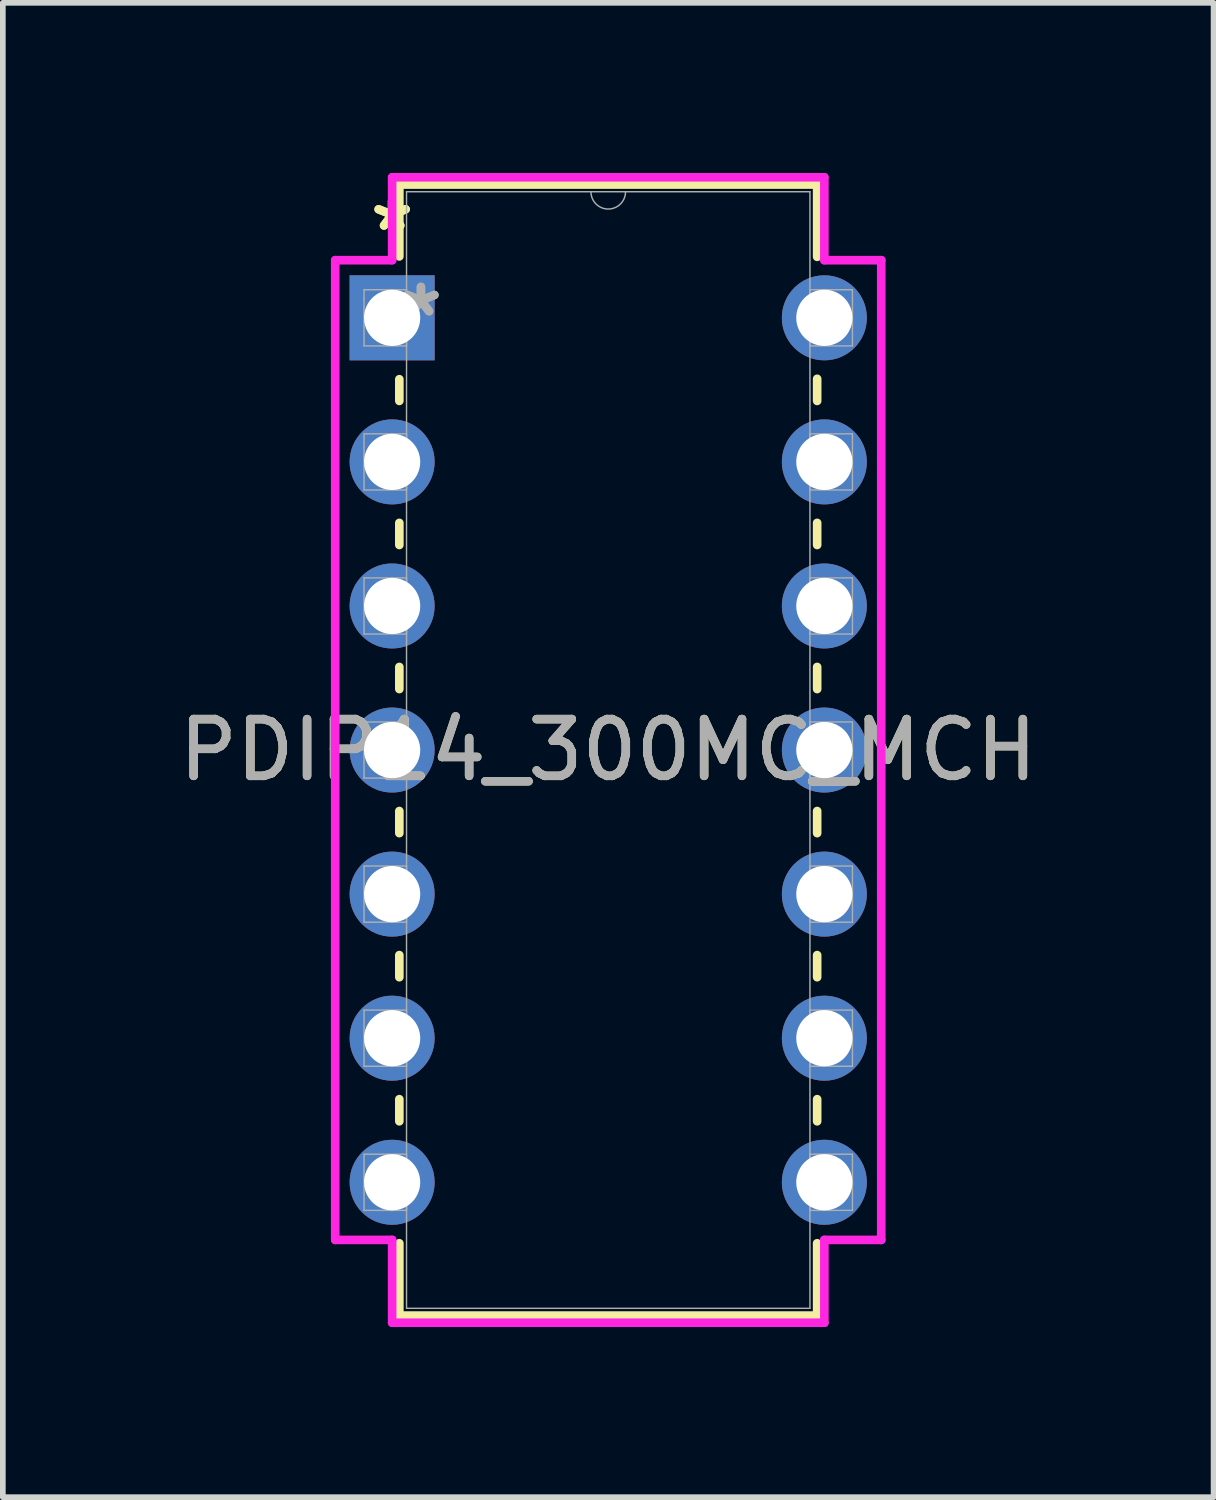
<source format=kicad_pcb>
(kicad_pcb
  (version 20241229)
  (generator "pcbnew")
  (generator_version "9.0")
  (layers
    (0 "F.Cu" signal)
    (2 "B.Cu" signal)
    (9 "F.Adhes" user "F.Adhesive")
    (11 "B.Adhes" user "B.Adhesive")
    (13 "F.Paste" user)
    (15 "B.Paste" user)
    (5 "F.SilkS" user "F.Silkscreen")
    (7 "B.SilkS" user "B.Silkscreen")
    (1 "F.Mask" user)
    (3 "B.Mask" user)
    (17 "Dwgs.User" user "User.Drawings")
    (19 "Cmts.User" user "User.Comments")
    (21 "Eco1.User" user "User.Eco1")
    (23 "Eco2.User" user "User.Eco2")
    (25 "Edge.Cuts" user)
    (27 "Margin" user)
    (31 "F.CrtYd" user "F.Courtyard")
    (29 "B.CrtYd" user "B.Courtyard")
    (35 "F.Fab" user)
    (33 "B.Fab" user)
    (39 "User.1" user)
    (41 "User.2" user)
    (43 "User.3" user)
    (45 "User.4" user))
  (footprint "PDIP14_300MC_MCH"
    (layer "F.Cu")
    (at 3.863 2.553)
    (property "Reference" "PDIP14_300MC_MCH" (at 3.81 7.62 0) (unlocked yes) (layer "F.SilkS") (effects (font (size 1 1) (thickness 0.15))))
    (attr through_hole)
    (fp_line (start 0.127 -2.349) (end 0.127 -1.082) (stroke (width 0.152) (type solid)) (layer "F.SilkS"))
    (fp_line (start 0.127 1.082) (end 0.127 1.465) (stroke (width 0.152) (type solid)) (layer "F.SilkS"))
    (fp_line (start 0.127 3.615) (end 0.127 4.005) (stroke (width 0.152) (type solid)) (layer "F.SilkS"))
    (fp_line (start 0.127 6.155) (end 0.127 6.545) (stroke (width 0.152) (type solid)) (layer "F.SilkS"))
    (fp_line (start 0.127 8.695) (end 0.127 9.085) (stroke (width 0.152) (type solid)) (layer "F.SilkS"))
    (fp_line (start 0.127 11.235) (end 0.127 11.625) (stroke (width 0.152) (type solid)) (layer "F.SilkS"))
    (fp_line (start 0.127 13.775) (end 0.127 14.165) (stroke (width 0.152) (type solid)) (layer "F.SilkS"))
    (fp_line (start 0.127 16.315) (end 0.127 17.59) (stroke (width 0.152) (type solid)) (layer "F.SilkS"))
    (fp_line (start 0.127 17.59) (end 7.493 17.59) (stroke (width 0.152) (type solid)) (layer "F.SilkS"))
    (fp_line (start 7.493 -2.349) (end 0.127 -2.349) (stroke (width 0.152) (type solid)) (layer "F.SilkS"))
    (fp_line (start 7.493 -1.075) (end 7.493 -2.349) (stroke (width 0.152) (type solid)) (layer "F.SilkS"))
    (fp_line (start 7.493 1.465) (end 7.493 1.075) (stroke (width 0.152) (type solid)) (layer "F.SilkS"))
    (fp_line (start 7.493 4.005) (end 7.493 3.615) (stroke (width 0.152) (type solid)) (layer "F.SilkS"))
    (fp_line (start 7.493 6.545) (end 7.493 6.155) (stroke (width 0.152) (type solid)) (layer "F.SilkS"))
    (fp_line (start 7.493 9.085) (end 7.493 8.695) (stroke (width 0.152) (type solid)) (layer "F.SilkS"))
    (fp_line (start 7.493 11.625) (end 7.493 11.235) (stroke (width 0.152) (type solid)) (layer "F.SilkS"))
    (fp_line (start 7.493 14.165) (end 7.493 13.775) (stroke (width 0.152) (type solid)) (layer "F.SilkS"))
    (fp_line (start 7.493 17.59) (end 7.493 16.315) (stroke (width 0.152) (type solid)) (layer "F.SilkS"))
    (fp_line (start -1.003 -1.016) (end 0 -1.016) (stroke (width 0.152) (type solid)) (layer "F.CrtYd"))
    (fp_line (start -1.003 16.256) (end -1.003 -1.016) (stroke (width 0.152) (type solid)) (layer "F.CrtYd"))
    (fp_line (start 0 -2.477) (end 7.62 -2.477) (stroke (width 0.152) (type solid)) (layer "F.CrtYd"))
    (fp_line (start 0 -1.016) (end 0 -2.477) (stroke (width 0.152) (type solid)) (layer "F.CrtYd"))
    (fp_line (start 0 16.256) (end -1.003 16.256) (stroke (width 0.152) (type solid)) (layer "F.CrtYd"))
    (fp_line (start 0 17.716) (end 0 16.256) (stroke (width 0.152) (type solid)) (layer "F.CrtYd"))
    (fp_line (start 7.62 -2.477) (end 7.62 -1.016) (stroke (width 0.152) (type solid)) (layer "F.CrtYd"))
    (fp_line (start 7.62 16.256) (end 7.62 17.716) (stroke (width 0.152) (type solid)) (layer "F.CrtYd"))
    (fp_line (start 7.62 17.716) (end 0 17.716) (stroke (width 0.152) (type solid)) (layer "F.CrtYd"))
    (fp_line (start 8.623 -1.016) (end 7.62 -1.016) (stroke (width 0.152) (type solid)) (layer "F.CrtYd"))
    (fp_line (start 8.623 -1.016) (end 8.623 16.256) (stroke (width 0.152) (type solid)) (layer "F.CrtYd"))
    (fp_line (start 8.623 16.256) (end 7.62 16.256) (stroke (width 0.152) (type solid)) (layer "F.CrtYd"))
    (fp_line (start -0.495 -0.495) (end -0.495 0.495) (stroke (width 0.025) (type solid)) (layer "F.Fab"))
    (fp_line (start -0.495 0.495) (end 0.254 0.495) (stroke (width 0.025) (type solid)) (layer "F.Fab"))
    (fp_line (start -0.495 2.045) (end -0.495 3.035) (stroke (width 0.025) (type solid)) (layer "F.Fab"))
    (fp_line (start -0.495 3.035) (end 0.254 3.035) (stroke (width 0.025) (type solid)) (layer "F.Fab"))
    (fp_line (start -0.495 4.585) (end -0.495 5.575) (stroke (width 0.025) (type solid)) (layer "F.Fab"))
    (fp_line (start -0.495 5.575) (end 0.254 5.575) (stroke (width 0.025) (type solid)) (layer "F.Fab"))
    (fp_line (start -0.495 7.125) (end -0.495 8.115) (stroke (width 0.025) (type solid)) (layer "F.Fab"))
    (fp_line (start -0.495 8.115) (end 0.254 8.115) (stroke (width 0.025) (type solid)) (layer "F.Fab"))
    (fp_line (start -0.495 9.665) (end -0.495 10.655) (stroke (width 0.025) (type solid)) (layer "F.Fab"))
    (fp_line (start -0.495 10.655) (end 0.254 10.655) (stroke (width 0.025) (type solid)) (layer "F.Fab"))
    (fp_line (start -0.495 12.205) (end -0.495 13.195) (stroke (width 0.025) (type solid)) (layer "F.Fab"))
    (fp_line (start -0.495 13.195) (end 0.254 13.195) (stroke (width 0.025) (type solid)) (layer "F.Fab"))
    (fp_line (start -0.495 14.745) (end -0.495 15.735) (stroke (width 0.025) (type solid)) (layer "F.Fab"))
    (fp_line (start -0.495 15.735) (end 0.254 15.735) (stroke (width 0.025) (type solid)) (layer "F.Fab"))
    (fp_line (start 0.254 -2.223) (end 0.254 17.462) (stroke (width 0.025) (type solid)) (layer "F.Fab"))
    (fp_line (start 0.254 -0.495) (end -0.495 -0.495) (stroke (width 0.025) (type solid)) (layer "F.Fab"))
    (fp_line (start 0.254 0.495) (end 0.254 -0.495) (stroke (width 0.025) (type solid)) (layer "F.Fab"))
    (fp_line (start 0.254 2.045) (end -0.495 2.045) (stroke (width 0.025) (type solid)) (layer "F.Fab"))
    (fp_line (start 0.254 3.035) (end 0.254 2.045) (stroke (width 0.025) (type solid)) (layer "F.Fab"))
    (fp_line (start 0.254 4.585) (end -0.495 4.585) (stroke (width 0.025) (type solid)) (layer "F.Fab"))
    (fp_line (start 0.254 5.575) (end 0.254 4.585) (stroke (width 0.025) (type solid)) (layer "F.Fab"))
    (fp_line (start 0.254 7.125) (end -0.495 7.125) (stroke (width 0.025) (type solid)) (layer "F.Fab"))
    (fp_line (start 0.254 8.115) (end 0.254 7.125) (stroke (width 0.025) (type solid)) (layer "F.Fab"))
    (fp_line (start 0.254 9.665) (end -0.495 9.665) (stroke (width 0.025) (type solid)) (layer "F.Fab"))
    (fp_line (start 0.254 10.655) (end 0.254 9.665) (stroke (width 0.025) (type solid)) (layer "F.Fab"))
    (fp_line (start 0.254 12.205) (end -0.495 12.205) (stroke (width 0.025) (type solid)) (layer "F.Fab"))
    (fp_line (start 0.254 13.195) (end 0.254 12.205) (stroke (width 0.025) (type solid)) (layer "F.Fab"))
    (fp_line (start 0.254 14.745) (end -0.495 14.745) (stroke (width 0.025) (type solid)) (layer "F.Fab"))
    (fp_line (start 0.254 15.735) (end 0.254 14.745) (stroke (width 0.025) (type solid)) (layer "F.Fab"))
    (fp_line (start 0.254 17.462) (end 7.366 17.462) (stroke (width 0.025) (type solid)) (layer "F.Fab"))
    (fp_line (start 7.366 -2.223) (end 0.254 -2.223) (stroke (width 0.025) (type solid)) (layer "F.Fab"))
    (fp_line (start 7.366 -0.495) (end 7.366 0.495) (stroke (width 0.025) (type solid)) (layer "F.Fab"))
    (fp_line (start 7.366 0.495) (end 8.115 0.495) (stroke (width 0.025) (type solid)) (layer "F.Fab"))
    (fp_line (start 7.366 2.045) (end 7.366 3.035) (stroke (width 0.025) (type solid)) (layer "F.Fab"))
    (fp_line (start 7.366 3.035) (end 8.115 3.035) (stroke (width 0.025) (type solid)) (layer "F.Fab"))
    (fp_line (start 7.366 4.585) (end 7.366 5.575) (stroke (width 0.025) (type solid)) (layer "F.Fab"))
    (fp_line (start 7.366 5.575) (end 8.115 5.575) (stroke (width 0.025) (type solid)) (layer "F.Fab"))
    (fp_line (start 7.366 7.125) (end 7.366 8.115) (stroke (width 0.025) (type solid)) (layer "F.Fab"))
    (fp_line (start 7.366 8.115) (end 8.115 8.115) (stroke (width 0.025) (type solid)) (layer "F.Fab"))
    (fp_line (start 7.366 9.665) (end 7.366 10.655) (stroke (width 0.025) (type solid)) (layer "F.Fab"))
    (fp_line (start 7.366 10.655) (end 8.115 10.655) (stroke (width 0.025) (type solid)) (layer "F.Fab"))
    (fp_line (start 7.366 12.205) (end 7.366 13.195) (stroke (width 0.025) (type solid)) (layer "F.Fab"))
    (fp_line (start 7.366 13.195) (end 8.115 13.195) (stroke (width 0.025) (type solid)) (layer "F.Fab"))
    (fp_line (start 7.366 14.745) (end 7.366 15.735) (stroke (width 0.025) (type solid)) (layer "F.Fab"))
    (fp_line (start 7.366 15.735) (end 8.115 15.735) (stroke (width 0.025) (type solid)) (layer "F.Fab"))
    (fp_line (start 7.366 17.462) (end 7.366 -2.223) (stroke (width 0.025) (type solid)) (layer "F.Fab"))
    (fp_line (start 8.115 -0.495) (end 7.366 -0.495) (stroke (width 0.025) (type solid)) (layer "F.Fab"))
    (fp_line (start 8.115 0.495) (end 8.115 -0.495) (stroke (width 0.025) (type solid)) (layer "F.Fab"))
    (fp_line (start 8.115 2.045) (end 7.366 2.045) (stroke (width 0.025) (type solid)) (layer "F.Fab"))
    (fp_line (start 8.115 3.035) (end 8.115 2.045) (stroke (width 0.025) (type solid)) (layer "F.Fab"))
    (fp_line (start 8.115 4.585) (end 7.366 4.585) (stroke (width 0.025) (type solid)) (layer "F.Fab"))
    (fp_line (start 8.115 5.575) (end 8.115 4.585) (stroke (width 0.025) (type solid)) (layer "F.Fab"))
    (fp_line (start 8.115 7.125) (end 7.366 7.125) (stroke (width 0.025) (type solid)) (layer "F.Fab"))
    (fp_line (start 8.115 8.115) (end 8.115 7.125) (stroke (width 0.025) (type solid)) (layer "F.Fab"))
    (fp_line (start 8.115 9.665) (end 7.366 9.665) (stroke (width 0.025) (type solid)) (layer "F.Fab"))
    (fp_line (start 8.115 10.655) (end 8.115 9.665) (stroke (width 0.025) (type solid)) (layer "F.Fab"))
    (fp_line (start 8.115 12.205) (end 7.366 12.205) (stroke (width 0.025) (type solid)) (layer "F.Fab"))
    (fp_line (start 8.115 13.195) (end 8.115 12.205) (stroke (width 0.025) (type solid)) (layer "F.Fab"))
    (fp_line (start 8.115 14.745) (end 7.366 14.745) (stroke (width 0.025) (type solid)) (layer "F.Fab"))
    (fp_line (start 8.115 15.735) (end 8.115 14.745) (stroke (width 0.025) (type solid)) (layer "F.Fab"))
    (fp_arc (start 4.1148 -2.2225) (mid 3.81 -1.9177) (end 3.5052 -2.2225) (stroke (width 0.0254) (type solid)) (layer "F.Fab"))
    (fp_text user "*" (at 0 -1.511 0) (unlocked yes) (layer "F.SilkS") (effects (font (size 1 1) (thickness 0.15))))
    (fp_text user "*" (at 0 -1.511 0) (layer "F.SilkS") (effects (font (size 1 1) (thickness 0.15))))
    (fp_text user "${REFERENCE}" (at 3.81 7.62 0) (unlocked yes) (layer "F.Fab") (effects (font (size 1 1) (thickness 0.15))))
    (fp_text user "*" (at 0.508 0 0) (layer "F.Fab") (effects (font (size 1 1) (thickness 0.15))))
    (fp_text user "*" (at 0.508 0 0) (unlocked yes) (layer "F.Fab") (effects (font (size 1 1) (thickness 0.15))))
    (pad "1" thru_hole rect (at 0 0) (size 1.499 1.499) (drill 0.991) (layers "*.Cu" "*.Mask"))
    (pad "2" thru_hole circle (at 0 2.54) (size 1.499 1.499) (drill 0.991) (layers "*.Cu" "*.Mask"))
    (pad "3" thru_hole circle (at 0 5.08) (size 1.499 1.499) (drill 0.991) (layers "*.Cu" "*.Mask"))
    (pad "4" thru_hole circle (at 0 7.62) (size 1.499 1.499) (drill 0.991) (layers "*.Cu" "*.Mask"))
    (pad "5" thru_hole circle (at 0 10.16) (size 1.499 1.499) (drill 0.991) (layers "*.Cu" "*.Mask"))
    (pad "6" thru_hole circle (at 0 12.7) (size 1.499 1.499) (drill 0.991) (layers "*.Cu" "*.Mask"))
    (pad "7" thru_hole circle (at 0 15.24) (size 1.499 1.499) (drill 0.991) (layers "*.Cu" "*.Mask"))
    (pad "8" thru_hole circle (at 7.62 15.24) (size 1.499 1.499) (drill 0.991) (layers "*.Cu" "*.Mask"))
    (pad "9" thru_hole circle (at 7.62 12.7) (size 1.499 1.499) (drill 0.991) (layers "*.Cu" "*.Mask"))
    (pad "10" thru_hole circle (at 7.62 10.16) (size 1.499 1.499) (drill 0.991) (layers "*.Cu" "*.Mask"))
    (pad "11" thru_hole circle (at 7.62 7.62) (size 1.499 1.499) (drill 0.991) (layers "*.Cu" "*.Mask"))
    (pad "12" thru_hole circle (at 7.62 5.08) (size 1.499 1.499) (drill 0.991) (layers "*.Cu" "*.Mask"))
    (pad "13" thru_hole circle (at 7.62 2.54) (size 1.499 1.499) (drill 0.991) (layers "*.Cu" "*.Mask"))
    (pad "14" thru_hole circle (at 7.62 0) (size 1.499 1.499) (drill 0.991) (layers "*.Cu" "*.Mask")))
  (gr_rect
    (start -3 -3)
    (end 18.345 23.345)
    (stroke (width 0.1) (type default))
    (fill no)
    (layer "Edge.Cuts")))
</source>
